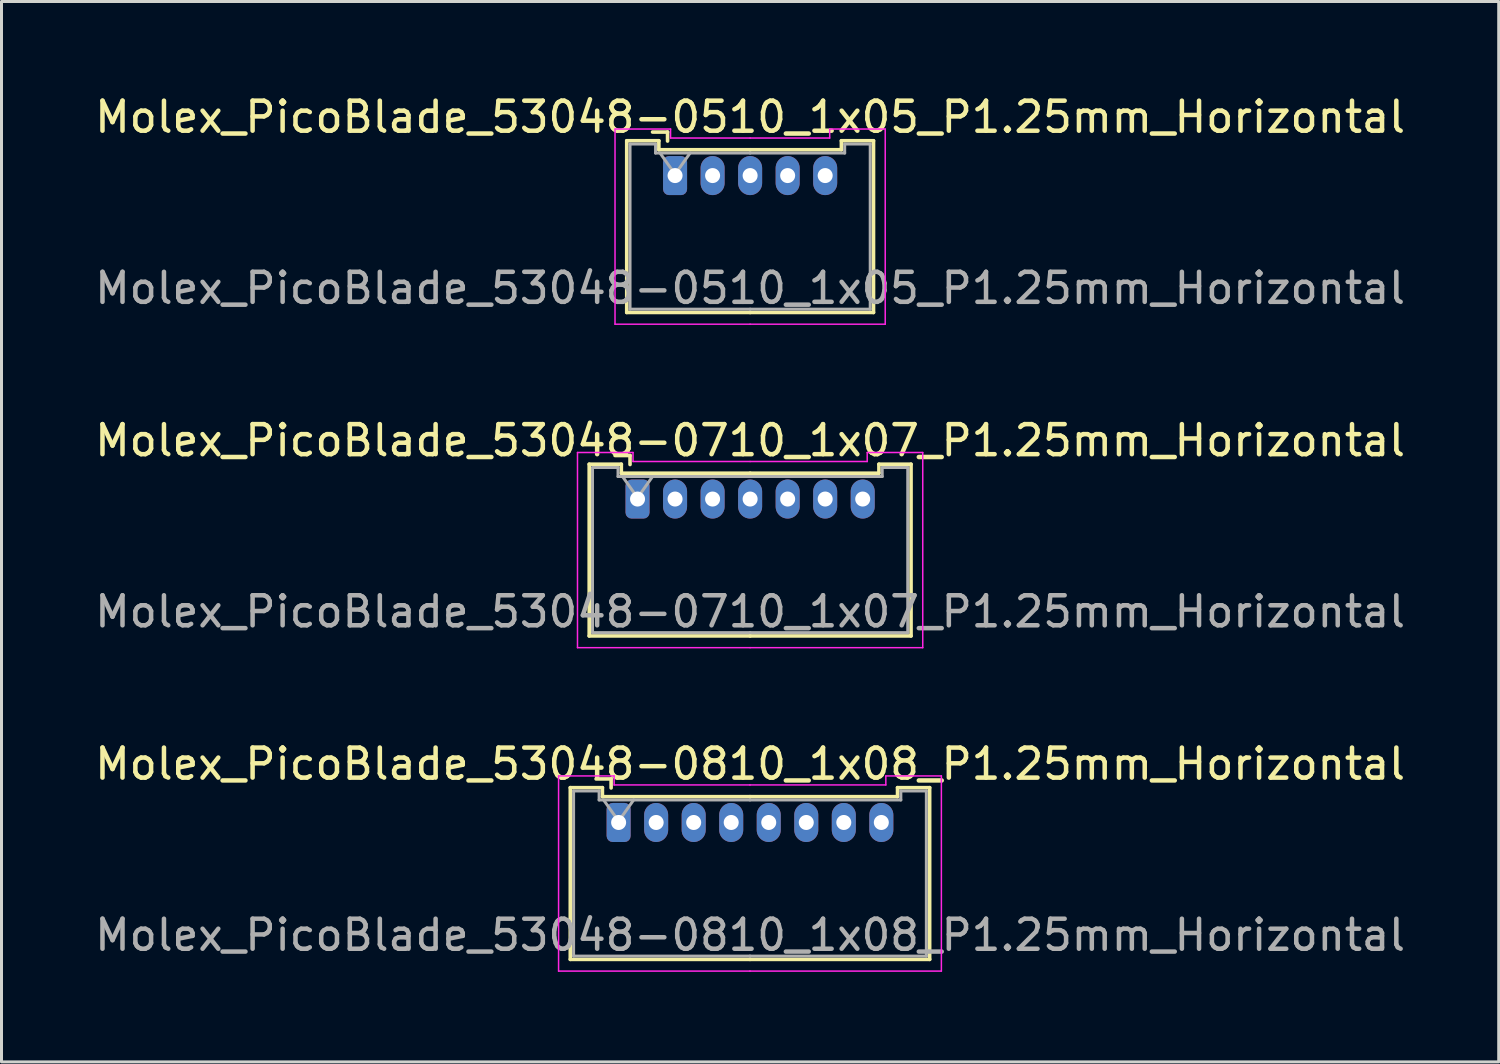
<source format=kicad_pcb>
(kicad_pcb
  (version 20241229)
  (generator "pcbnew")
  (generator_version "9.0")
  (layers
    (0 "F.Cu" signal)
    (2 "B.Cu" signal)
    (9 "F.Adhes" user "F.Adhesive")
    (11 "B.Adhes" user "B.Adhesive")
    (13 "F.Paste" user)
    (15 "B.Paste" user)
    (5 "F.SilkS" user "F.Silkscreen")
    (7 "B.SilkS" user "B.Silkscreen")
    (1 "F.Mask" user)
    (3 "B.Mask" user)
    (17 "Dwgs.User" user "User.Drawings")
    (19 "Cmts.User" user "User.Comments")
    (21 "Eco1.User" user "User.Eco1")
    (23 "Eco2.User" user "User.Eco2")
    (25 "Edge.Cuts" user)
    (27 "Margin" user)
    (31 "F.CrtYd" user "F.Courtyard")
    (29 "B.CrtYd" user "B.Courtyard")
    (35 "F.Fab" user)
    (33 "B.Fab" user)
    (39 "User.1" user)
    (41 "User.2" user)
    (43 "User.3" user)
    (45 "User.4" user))
  (footprint "Molex_PicoBlade_53048-0710_1x07_P1.25mm_Horizontal"
    (layer "F.Cu")
    (at 18.185 13.572)
    (property "Reference" "Molex_PicoBlade_53048-0710_1x07_P1.25mm_Horizontal" (at 3.75 -1.95 0) (layer "F.SilkS") (effects (font (size 1 1) (thickness 0.15))))
    (attr through_hole)
    (fp_line (start -1.61 -1.16) (end -1.61 4.56) (stroke (width 0.12) (type solid)) (layer "F.SilkS"))
    (fp_line (start -1.61 4.56) (end 3.75 4.56) (stroke (width 0.12) (type solid)) (layer "F.SilkS"))
    (fp_line (start -0.54 -1.16) (end -1.61 -1.16) (stroke (width 0.12) (type solid)) (layer "F.SilkS"))
    (fp_line (start -0.54 -0.86) (end -0.54 -1.16) (stroke (width 0.12) (type solid)) (layer "F.SilkS"))
    (fp_line (start -0.25 -1.45) (end -0.75 -1.45) (stroke (width 0.12) (type solid)) (layer "F.SilkS"))
    (fp_line (start -0.25 -1.15) (end -0.25 -1.45) (stroke (width 0.12) (type solid)) (layer "F.SilkS"))
    (fp_line (start 3.75 -0.86) (end -0.54 -0.86) (stroke (width 0.12) (type solid)) (layer "F.SilkS"))
    (fp_line (start 3.75 -0.86) (end 8.04 -0.86) (stroke (width 0.12) (type solid)) (layer "F.SilkS"))
    (fp_line (start 8.04 -1.16) (end 9.11 -1.16) (stroke (width 0.12) (type solid)) (layer "F.SilkS"))
    (fp_line (start 8.04 -0.86) (end 8.04 -1.16) (stroke (width 0.12) (type solid)) (layer "F.SilkS"))
    (fp_line (start 9.11 -1.16) (end 9.11 4.56) (stroke (width 0.12) (type solid)) (layer "F.SilkS"))
    (fp_line (start 9.11 4.56) (end 3.75 4.56) (stroke (width 0.12) (type solid)) (layer "F.SilkS"))
    (fp_line (start -2 -1.55) (end -2 4.95) (stroke (width 0.05) (type solid)) (layer "F.CrtYd"))
    (fp_line (start -2 4.95) (end 3.75 4.95) (stroke (width 0.05) (type solid)) (layer "F.CrtYd"))
    (fp_line (start -0.15 -1.55) (end -2 -1.55) (stroke (width 0.05) (type solid)) (layer "F.CrtYd"))
    (fp_line (start -0.15 -1.25) (end -0.15 -1.55) (stroke (width 0.05) (type solid)) (layer "F.CrtYd"))
    (fp_line (start 3.75 -1.25) (end -0.15 -1.25) (stroke (width 0.05) (type solid)) (layer "F.CrtYd"))
    (fp_line (start 3.75 -1.25) (end 7.65 -1.25) (stroke (width 0.05) (type solid)) (layer "F.CrtYd"))
    (fp_line (start 7.65 -1.55) (end 9.5 -1.55) (stroke (width 0.05) (type solid)) (layer "F.CrtYd"))
    (fp_line (start 7.65 -1.25) (end 7.65 -1.55) (stroke (width 0.05) (type solid)) (layer "F.CrtYd"))
    (fp_line (start 9.5 -1.55) (end 9.5 4.95) (stroke (width 0.05) (type solid)) (layer "F.CrtYd"))
    (fp_line (start 9.5 4.95) (end 3.75 4.95) (stroke (width 0.05) (type solid)) (layer "F.CrtYd"))
    (fp_line (start -1.5 -1.05) (end -1.5 4.45) (stroke (width 0.1) (type solid)) (layer "F.Fab"))
    (fp_line (start -1.5 4.45) (end 3.75 4.45) (stroke (width 0.1) (type solid)) (layer "F.Fab"))
    (fp_line (start -0.65 -1.05) (end -1.5 -1.05) (stroke (width 0.1) (type solid)) (layer "F.Fab"))
    (fp_line (start -0.65 -0.75) (end -0.65 -1.05) (stroke (width 0.1) (type solid)) (layer "F.Fab"))
    (fp_line (start -0.5 -0.75) (end 0 -0.043) (stroke (width 0.1) (type solid)) (layer "F.Fab"))
    (fp_line (start 0 -0.043) (end 0.5 -0.75) (stroke (width 0.1) (type solid)) (layer "F.Fab"))
    (fp_line (start 3.75 -0.75) (end -0.65 -0.75) (stroke (width 0.1) (type solid)) (layer "F.Fab"))
    (fp_line (start 3.75 -0.75) (end 8.15 -0.75) (stroke (width 0.1) (type solid)) (layer "F.Fab"))
    (fp_line (start 8.15 -1.05) (end 9 -1.05) (stroke (width 0.1) (type solid)) (layer "F.Fab"))
    (fp_line (start 8.15 -0.75) (end 8.15 -1.05) (stroke (width 0.1) (type solid)) (layer "F.Fab"))
    (fp_line (start 9 -1.05) (end 9 4.45) (stroke (width 0.1) (type solid)) (layer "F.Fab"))
    (fp_line (start 9 4.45) (end 3.75 4.45) (stroke (width 0.1) (type solid)) (layer "F.Fab"))
    (fp_text user "${REFERENCE}" (at 3.75 3.75 0) (layer "F.Fab") (effects (font (size 1 1) (thickness 0.15))))
    (pad "1" thru_hole roundrect (at 0 0) (size 0.8 1.3) (drill 0.5) (layers "*.Cu" "*.Mask") (roundrect_rratio 0.25))
    (pad "2" thru_hole oval (at 1.25 0) (size 0.8 1.3) (drill 0.5) (layers "*.Cu" "*.Mask"))
    (pad "3" thru_hole oval (at 2.5 0) (size 0.8 1.3) (drill 0.5) (layers "*.Cu" "*.Mask"))
    (pad "4" thru_hole oval (at 3.75 0) (size 0.8 1.3) (drill 0.5) (layers "*.Cu" "*.Mask"))
    (pad "5" thru_hole oval (at 5 0) (size 0.8 1.3) (drill 0.5) (layers "*.Cu" "*.Mask"))
    (pad "6" thru_hole oval (at 6.25 0) (size 0.8 1.3) (drill 0.5) (layers "*.Cu" "*.Mask"))
    (pad "7" thru_hole oval (at 7.5 0) (size 0.8 1.3) (drill 0.5) (layers "*.Cu" "*.Mask")))
  (footprint "Molex_PicoBlade_53048-0510_1x05_P1.25mm_Horizontal"
    (layer "F.Cu")
    (at 19.435 2.798)
    (property "Reference" "Molex_PicoBlade_53048-0510_1x05_P1.25mm_Horizontal" (at 2.5 -1.95 0) (layer "F.SilkS") (effects (font (size 1 1) (thickness 0.15))))
    (attr through_hole)
    (fp_line (start -1.61 -1.16) (end -1.61 4.56) (stroke (width 0.12) (type solid)) (layer "F.SilkS"))
    (fp_line (start -1.61 4.56) (end 2.5 4.56) (stroke (width 0.12) (type solid)) (layer "F.SilkS"))
    (fp_line (start -0.54 -1.16) (end -1.61 -1.16) (stroke (width 0.12) (type solid)) (layer "F.SilkS"))
    (fp_line (start -0.54 -0.86) (end -0.54 -1.16) (stroke (width 0.12) (type solid)) (layer "F.SilkS"))
    (fp_line (start -0.25 -1.45) (end -0.75 -1.45) (stroke (width 0.12) (type solid)) (layer "F.SilkS"))
    (fp_line (start -0.25 -1.15) (end -0.25 -1.45) (stroke (width 0.12) (type solid)) (layer "F.SilkS"))
    (fp_line (start 2.5 -0.86) (end -0.54 -0.86) (stroke (width 0.12) (type solid)) (layer "F.SilkS"))
    (fp_line (start 2.5 -0.86) (end 5.54 -0.86) (stroke (width 0.12) (type solid)) (layer "F.SilkS"))
    (fp_line (start 5.54 -1.16) (end 6.61 -1.16) (stroke (width 0.12) (type solid)) (layer "F.SilkS"))
    (fp_line (start 5.54 -0.86) (end 5.54 -1.16) (stroke (width 0.12) (type solid)) (layer "F.SilkS"))
    (fp_line (start 6.61 -1.16) (end 6.61 4.56) (stroke (width 0.12) (type solid)) (layer "F.SilkS"))
    (fp_line (start 6.61 4.56) (end 2.5 4.56) (stroke (width 0.12) (type solid)) (layer "F.SilkS"))
    (fp_line (start -2 -1.55) (end -2 4.95) (stroke (width 0.05) (type solid)) (layer "F.CrtYd"))
    (fp_line (start -2 4.95) (end 2.5 4.95) (stroke (width 0.05) (type solid)) (layer "F.CrtYd"))
    (fp_line (start -0.15 -1.55) (end -2 -1.55) (stroke (width 0.05) (type solid)) (layer "F.CrtYd"))
    (fp_line (start -0.15 -1.25) (end -0.15 -1.55) (stroke (width 0.05) (type solid)) (layer "F.CrtYd"))
    (fp_line (start 2.5 -1.25) (end -0.15 -1.25) (stroke (width 0.05) (type solid)) (layer "F.CrtYd"))
    (fp_line (start 2.5 -1.25) (end 5.15 -1.25) (stroke (width 0.05) (type solid)) (layer "F.CrtYd"))
    (fp_line (start 5.15 -1.55) (end 7 -1.55) (stroke (width 0.05) (type solid)) (layer "F.CrtYd"))
    (fp_line (start 5.15 -1.25) (end 5.15 -1.55) (stroke (width 0.05) (type solid)) (layer "F.CrtYd"))
    (fp_line (start 7 -1.55) (end 7 4.95) (stroke (width 0.05) (type solid)) (layer "F.CrtYd"))
    (fp_line (start 7 4.95) (end 2.5 4.95) (stroke (width 0.05) (type solid)) (layer "F.CrtYd"))
    (fp_line (start -1.5 -1.05) (end -1.5 4.45) (stroke (width 0.1) (type solid)) (layer "F.Fab"))
    (fp_line (start -1.5 4.45) (end 2.5 4.45) (stroke (width 0.1) (type solid)) (layer "F.Fab"))
    (fp_line (start -0.65 -1.05) (end -1.5 -1.05) (stroke (width 0.1) (type solid)) (layer "F.Fab"))
    (fp_line (start -0.65 -0.75) (end -0.65 -1.05) (stroke (width 0.1) (type solid)) (layer "F.Fab"))
    (fp_line (start -0.5 -0.75) (end 0 -0.043) (stroke (width 0.1) (type solid)) (layer "F.Fab"))
    (fp_line (start 0 -0.043) (end 0.5 -0.75) (stroke (width 0.1) (type solid)) (layer "F.Fab"))
    (fp_line (start 2.5 -0.75) (end -0.65 -0.75) (stroke (width 0.1) (type solid)) (layer "F.Fab"))
    (fp_line (start 2.5 -0.75) (end 5.65 -0.75) (stroke (width 0.1) (type solid)) (layer "F.Fab"))
    (fp_line (start 5.65 -1.05) (end 6.5 -1.05) (stroke (width 0.1) (type solid)) (layer "F.Fab"))
    (fp_line (start 5.65 -0.75) (end 5.65 -1.05) (stroke (width 0.1) (type solid)) (layer "F.Fab"))
    (fp_line (start 6.5 -1.05) (end 6.5 4.45) (stroke (width 0.1) (type solid)) (layer "F.Fab"))
    (fp_line (start 6.5 4.45) (end 2.5 4.45) (stroke (width 0.1) (type solid)) (layer "F.Fab"))
    (fp_text user "${REFERENCE}" (at 2.5 3.75 0) (layer "F.Fab") (effects (font (size 1 1) (thickness 0.15))))
    (pad "1" thru_hole roundrect (at 0 0) (size 0.8 1.3) (drill 0.5) (layers "*.Cu" "*.Mask") (roundrect_rratio 0.25))
    (pad "2" thru_hole oval (at 1.25 0) (size 0.8 1.3) (drill 0.5) (layers "*.Cu" "*.Mask"))
    (pad "3" thru_hole oval (at 2.5 0) (size 0.8 1.3) (drill 0.5) (layers "*.Cu" "*.Mask"))
    (pad "4" thru_hole oval (at 3.75 0) (size 0.8 1.3) (drill 0.5) (layers "*.Cu" "*.Mask"))
    (pad "5" thru_hole oval (at 5 0) (size 0.8 1.3) (drill 0.5) (layers "*.Cu" "*.Mask")))
  (footprint "Molex_PicoBlade_53048-0810_1x08_P1.25mm_Horizontal"
    (layer "F.Cu")
    (at 17.555 24.345)
    (property "Reference" "Molex_PicoBlade_53048-0810_1x08_P1.25mm_Horizontal" (at 4.38 -1.95 0) (layer "F.SilkS") (effects (font (size 1 1) (thickness 0.15))))
    (attr through_hole)
    (fp_line (start -1.61 -1.16) (end -1.61 4.56) (stroke (width 0.12) (type solid)) (layer "F.SilkS"))
    (fp_line (start -1.61 4.56) (end 4.375 4.56) (stroke (width 0.12) (type solid)) (layer "F.SilkS"))
    (fp_line (start -0.54 -1.16) (end -1.61 -1.16) (stroke (width 0.12) (type solid)) (layer "F.SilkS"))
    (fp_line (start -0.54 -0.86) (end -0.54 -1.16) (stroke (width 0.12) (type solid)) (layer "F.SilkS"))
    (fp_line (start -0.25 -1.45) (end -0.75 -1.45) (stroke (width 0.12) (type solid)) (layer "F.SilkS"))
    (fp_line (start -0.25 -1.15) (end -0.25 -1.45) (stroke (width 0.12) (type solid)) (layer "F.SilkS"))
    (fp_line (start 4.375 -0.86) (end -0.54 -0.86) (stroke (width 0.12) (type solid)) (layer "F.SilkS"))
    (fp_line (start 4.375 -0.86) (end 9.29 -0.86) (stroke (width 0.12) (type solid)) (layer "F.SilkS"))
    (fp_line (start 9.29 -1.16) (end 10.36 -1.16) (stroke (width 0.12) (type solid)) (layer "F.SilkS"))
    (fp_line (start 9.29 -0.86) (end 9.29 -1.16) (stroke (width 0.12) (type solid)) (layer "F.SilkS"))
    (fp_line (start 10.36 -1.16) (end 10.36 4.56) (stroke (width 0.12) (type solid)) (layer "F.SilkS"))
    (fp_line (start 10.36 4.56) (end 4.375 4.56) (stroke (width 0.12) (type solid)) (layer "F.SilkS"))
    (fp_line (start -2 -1.55) (end -2 4.95) (stroke (width 0.05) (type solid)) (layer "F.CrtYd"))
    (fp_line (start -2 4.95) (end 4.38 4.95) (stroke (width 0.05) (type solid)) (layer "F.CrtYd"))
    (fp_line (start -0.15 -1.55) (end -2 -1.55) (stroke (width 0.05) (type solid)) (layer "F.CrtYd"))
    (fp_line (start -0.15 -1.25) (end -0.15 -1.55) (stroke (width 0.05) (type solid)) (layer "F.CrtYd"))
    (fp_line (start 4.37 -1.25) (end 8.9 -1.25) (stroke (width 0.05) (type solid)) (layer "F.CrtYd"))
    (fp_line (start 4.38 -1.25) (end -0.15 -1.25) (stroke (width 0.05) (type solid)) (layer "F.CrtYd"))
    (fp_line (start 8.9 -1.55) (end 10.75 -1.55) (stroke (width 0.05) (type solid)) (layer "F.CrtYd"))
    (fp_line (start 8.9 -1.25) (end 8.9 -1.55) (stroke (width 0.05) (type solid)) (layer "F.CrtYd"))
    (fp_line (start 10.75 -1.55) (end 10.75 4.95) (stroke (width 0.05) (type solid)) (layer "F.CrtYd"))
    (fp_line (start 10.75 4.95) (end 4.37 4.95) (stroke (width 0.05) (type solid)) (layer "F.CrtYd"))
    (fp_line (start -1.5 -1.05) (end -1.5 4.45) (stroke (width 0.1) (type solid)) (layer "F.Fab"))
    (fp_line (start -1.5 4.45) (end 4.375 4.45) (stroke (width 0.1) (type solid)) (layer "F.Fab"))
    (fp_line (start -0.65 -1.05) (end -1.5 -1.05) (stroke (width 0.1) (type solid)) (layer "F.Fab"))
    (fp_line (start -0.65 -0.75) (end -0.65 -1.05) (stroke (width 0.1) (type solid)) (layer "F.Fab"))
    (fp_line (start -0.5 -0.75) (end 0 -0.043) (stroke (width 0.1) (type solid)) (layer "F.Fab"))
    (fp_line (start 0 -0.043) (end 0.5 -0.75) (stroke (width 0.1) (type solid)) (layer "F.Fab"))
    (fp_line (start 4.375 -0.75) (end -0.65 -0.75) (stroke (width 0.1) (type solid)) (layer "F.Fab"))
    (fp_line (start 4.375 -0.75) (end 9.4 -0.75) (stroke (width 0.1) (type solid)) (layer "F.Fab"))
    (fp_line (start 9.4 -1.05) (end 10.25 -1.05) (stroke (width 0.1) (type solid)) (layer "F.Fab"))
    (fp_line (start 9.4 -0.75) (end 9.4 -1.05) (stroke (width 0.1) (type solid)) (layer "F.Fab"))
    (fp_line (start 10.25 -1.05) (end 10.25 4.45) (stroke (width 0.1) (type solid)) (layer "F.Fab"))
    (fp_line (start 10.25 4.45) (end 4.375 4.45) (stroke (width 0.1) (type solid)) (layer "F.Fab"))
    (fp_text user "${REFERENCE}" (at 4.38 3.75 0) (layer "F.Fab") (effects (font (size 1 1) (thickness 0.15))))
    (pad "1" thru_hole roundrect (at 0 0) (size 0.8 1.3) (drill 0.5) (layers "*.Cu" "*.Mask") (roundrect_rratio 0.25))
    (pad "2" thru_hole oval (at 1.25 0) (size 0.8 1.3) (drill 0.5) (layers "*.Cu" "*.Mask"))
    (pad "3" thru_hole oval (at 2.5 0) (size 0.8 1.3) (drill 0.5) (layers "*.Cu" "*.Mask"))
    (pad "4" thru_hole oval (at 3.75 0) (size 0.8 1.3) (drill 0.5) (layers "*.Cu" "*.Mask"))
    (pad "5" thru_hole oval (at 5 0) (size 0.8 1.3) (drill 0.5) (layers "*.Cu" "*.Mask"))
    (pad "6" thru_hole oval (at 6.25 0) (size 0.8 1.3) (drill 0.5) (layers "*.Cu" "*.Mask"))
    (pad "7" thru_hole oval (at 7.5 0) (size 0.8 1.3) (drill 0.5) (layers "*.Cu" "*.Mask"))
    (pad "8" thru_hole oval (at 8.75 0) (size 0.8 1.3) (drill 0.5) (layers "*.Cu" "*.Mask")))
  (gr_rect
    (start -3 -3)
    (end 46.869 32.32)
    (stroke (width 0.1) (type default))
    (fill no)
    (layer "Edge.Cuts")))
</source>
